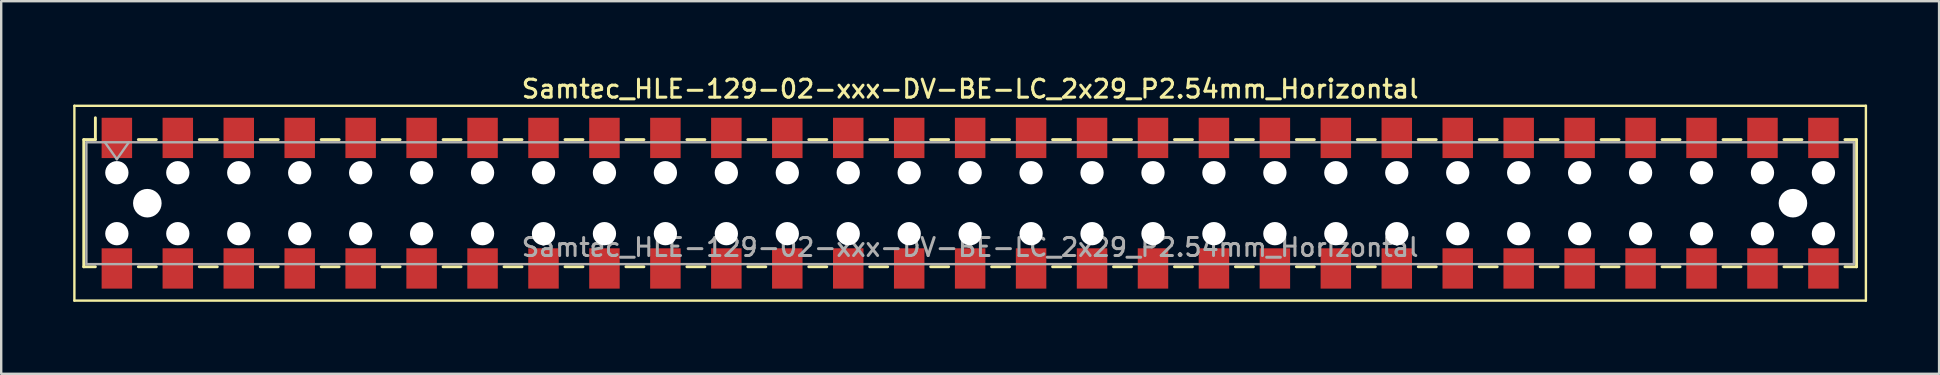
<source format=kicad_pcb>
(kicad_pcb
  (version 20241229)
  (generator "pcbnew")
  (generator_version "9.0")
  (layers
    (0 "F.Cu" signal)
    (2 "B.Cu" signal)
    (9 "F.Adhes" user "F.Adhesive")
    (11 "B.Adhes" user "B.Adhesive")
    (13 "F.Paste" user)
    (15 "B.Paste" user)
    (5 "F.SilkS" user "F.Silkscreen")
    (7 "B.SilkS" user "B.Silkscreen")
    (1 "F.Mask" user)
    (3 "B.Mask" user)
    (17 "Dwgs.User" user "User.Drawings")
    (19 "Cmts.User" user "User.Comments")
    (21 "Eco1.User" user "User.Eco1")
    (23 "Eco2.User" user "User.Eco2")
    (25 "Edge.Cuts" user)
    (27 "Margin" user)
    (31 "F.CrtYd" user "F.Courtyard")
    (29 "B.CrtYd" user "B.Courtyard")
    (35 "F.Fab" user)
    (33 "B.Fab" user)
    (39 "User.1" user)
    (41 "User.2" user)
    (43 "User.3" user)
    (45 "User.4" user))
  (footprint "Samtec_HLE-129-02-xxx-DV-BE-LC_2x29_P2.54mm_Horizontal"
    (layer "F.Cu")
    (at 37.38 5.418)
    (property "Reference" "Samtec_HLE-129-02-xxx-DV-BE-LC_2x29_P2.54mm_Horizontal" (at 0 -4.76 0) (layer "F.SilkS") (effects (font (size 0.75 0.75) (thickness 0.125))))
    (attr smd)
    (fp_line (start -37.33 -4.06) (end 37.33 -4.06) (stroke (width 0.1) (type solid)) (layer "F.SilkS"))
    (fp_line (start -37.33 4.06) (end -37.33 -4.06) (stroke (width 0.1) (type solid)) (layer "F.SilkS"))
    (fp_line (start -36.94 -2.65) (end -36.94 2.65) (stroke (width 0.12) (type solid)) (layer "F.SilkS"))
    (fp_line (start -36.94 2.65) (end -36.455 2.65) (stroke (width 0.12) (type solid)) (layer "F.SilkS"))
    (fp_line (start -36.455 -3.56) (end -36.455 -2.65) (stroke (width 0.12) (type solid)) (layer "F.SilkS"))
    (fp_line (start -36.455 -2.65) (end -36.94 -2.65) (stroke (width 0.12) (type solid)) (layer "F.SilkS"))
    (fp_line (start -34.665 -2.65) (end -33.915 -2.65) (stroke (width 0.12) (type solid)) (layer "F.SilkS"))
    (fp_line (start -34.665 2.65) (end -33.915 2.65) (stroke (width 0.12) (type solid)) (layer "F.SilkS"))
    (fp_line (start -32.125 -2.65) (end -31.375 -2.65) (stroke (width 0.12) (type solid)) (layer "F.SilkS"))
    (fp_line (start -32.125 2.65) (end -31.375 2.65) (stroke (width 0.12) (type solid)) (layer "F.SilkS"))
    (fp_line (start -29.585 -2.65) (end -28.835 -2.65) (stroke (width 0.12) (type solid)) (layer "F.SilkS"))
    (fp_line (start -29.585 2.65) (end -28.835 2.65) (stroke (width 0.12) (type solid)) (layer "F.SilkS"))
    (fp_line (start -27.045 -2.65) (end -26.295 -2.65) (stroke (width 0.12) (type solid)) (layer "F.SilkS"))
    (fp_line (start -27.045 2.65) (end -26.295 2.65) (stroke (width 0.12) (type solid)) (layer "F.SilkS"))
    (fp_line (start -24.505 -2.65) (end -23.755 -2.65) (stroke (width 0.12) (type solid)) (layer "F.SilkS"))
    (fp_line (start -24.505 2.65) (end -23.755 2.65) (stroke (width 0.12) (type solid)) (layer "F.SilkS"))
    (fp_line (start -21.965 -2.65) (end -21.215 -2.65) (stroke (width 0.12) (type solid)) (layer "F.SilkS"))
    (fp_line (start -21.965 2.65) (end -21.215 2.65) (stroke (width 0.12) (type solid)) (layer "F.SilkS"))
    (fp_line (start -19.425 -2.65) (end -18.675 -2.65) (stroke (width 0.12) (type solid)) (layer "F.SilkS"))
    (fp_line (start -19.425 2.65) (end -18.675 2.65) (stroke (width 0.12) (type solid)) (layer "F.SilkS"))
    (fp_line (start -16.885 -2.65) (end -16.135 -2.65) (stroke (width 0.12) (type solid)) (layer "F.SilkS"))
    (fp_line (start -16.885 2.65) (end -16.135 2.65) (stroke (width 0.12) (type solid)) (layer "F.SilkS"))
    (fp_line (start -14.345 -2.65) (end -13.595 -2.65) (stroke (width 0.12) (type solid)) (layer "F.SilkS"))
    (fp_line (start -14.345 2.65) (end -13.595 2.65) (stroke (width 0.12) (type solid)) (layer "F.SilkS"))
    (fp_line (start -11.805 -2.65) (end -11.055 -2.65) (stroke (width 0.12) (type solid)) (layer "F.SilkS"))
    (fp_line (start -11.805 2.65) (end -11.055 2.65) (stroke (width 0.12) (type solid)) (layer "F.SilkS"))
    (fp_line (start -9.265 -2.65) (end -8.515 -2.65) (stroke (width 0.12) (type solid)) (layer "F.SilkS"))
    (fp_line (start -9.265 2.65) (end -8.515 2.65) (stroke (width 0.12) (type solid)) (layer "F.SilkS"))
    (fp_line (start -6.725 -2.65) (end -5.975 -2.65) (stroke (width 0.12) (type solid)) (layer "F.SilkS"))
    (fp_line (start -6.725 2.65) (end -5.975 2.65) (stroke (width 0.12) (type solid)) (layer "F.SilkS"))
    (fp_line (start -4.185 -2.65) (end -3.435 -2.65) (stroke (width 0.12) (type solid)) (layer "F.SilkS"))
    (fp_line (start -4.185 2.65) (end -3.435 2.65) (stroke (width 0.12) (type solid)) (layer "F.SilkS"))
    (fp_line (start -1.645 -2.65) (end -0.895 -2.65) (stroke (width 0.12) (type solid)) (layer "F.SilkS"))
    (fp_line (start -1.645 2.65) (end -0.895 2.65) (stroke (width 0.12) (type solid)) (layer "F.SilkS"))
    (fp_line (start 0.895 -2.65) (end 1.645 -2.65) (stroke (width 0.12) (type solid)) (layer "F.SilkS"))
    (fp_line (start 0.895 2.65) (end 1.645 2.65) (stroke (width 0.12) (type solid)) (layer "F.SilkS"))
    (fp_line (start 3.435 -2.65) (end 4.185 -2.65) (stroke (width 0.12) (type solid)) (layer "F.SilkS"))
    (fp_line (start 3.435 2.65) (end 4.185 2.65) (stroke (width 0.12) (type solid)) (layer "F.SilkS"))
    (fp_line (start 5.975 -2.65) (end 6.725 -2.65) (stroke (width 0.12) (type solid)) (layer "F.SilkS"))
    (fp_line (start 5.975 2.65) (end 6.725 2.65) (stroke (width 0.12) (type solid)) (layer "F.SilkS"))
    (fp_line (start 8.515 -2.65) (end 9.265 -2.65) (stroke (width 0.12) (type solid)) (layer "F.SilkS"))
    (fp_line (start 8.515 2.65) (end 9.265 2.65) (stroke (width 0.12) (type solid)) (layer "F.SilkS"))
    (fp_line (start 11.055 -2.65) (end 11.805 -2.65) (stroke (width 0.12) (type solid)) (layer "F.SilkS"))
    (fp_line (start 11.055 2.65) (end 11.805 2.65) (stroke (width 0.12) (type solid)) (layer "F.SilkS"))
    (fp_line (start 13.595 -2.65) (end 14.345 -2.65) (stroke (width 0.12) (type solid)) (layer "F.SilkS"))
    (fp_line (start 13.595 2.65) (end 14.345 2.65) (stroke (width 0.12) (type solid)) (layer "F.SilkS"))
    (fp_line (start 16.135 -2.65) (end 16.885 -2.65) (stroke (width 0.12) (type solid)) (layer "F.SilkS"))
    (fp_line (start 16.135 2.65) (end 16.885 2.65) (stroke (width 0.12) (type solid)) (layer "F.SilkS"))
    (fp_line (start 18.675 -2.65) (end 19.425 -2.65) (stroke (width 0.12) (type solid)) (layer "F.SilkS"))
    (fp_line (start 18.675 2.65) (end 19.425 2.65) (stroke (width 0.12) (type solid)) (layer "F.SilkS"))
    (fp_line (start 21.215 -2.65) (end 21.965 -2.65) (stroke (width 0.12) (type solid)) (layer "F.SilkS"))
    (fp_line (start 21.215 2.65) (end 21.965 2.65) (stroke (width 0.12) (type solid)) (layer "F.SilkS"))
    (fp_line (start 23.755 -2.65) (end 24.505 -2.65) (stroke (width 0.12) (type solid)) (layer "F.SilkS"))
    (fp_line (start 23.755 2.65) (end 24.505 2.65) (stroke (width 0.12) (type solid)) (layer "F.SilkS"))
    (fp_line (start 26.295 -2.65) (end 27.045 -2.65) (stroke (width 0.12) (type solid)) (layer "F.SilkS"))
    (fp_line (start 26.295 2.65) (end 27.045 2.65) (stroke (width 0.12) (type solid)) (layer "F.SilkS"))
    (fp_line (start 28.835 -2.65) (end 29.585 -2.65) (stroke (width 0.12) (type solid)) (layer "F.SilkS"))
    (fp_line (start 28.835 2.65) (end 29.585 2.65) (stroke (width 0.12) (type solid)) (layer "F.SilkS"))
    (fp_line (start 31.375 -2.65) (end 32.125 -2.65) (stroke (width 0.12) (type solid)) (layer "F.SilkS"))
    (fp_line (start 31.375 2.65) (end 32.125 2.65) (stroke (width 0.12) (type solid)) (layer "F.SilkS"))
    (fp_line (start 33.915 -2.65) (end 34.665 -2.65) (stroke (width 0.12) (type solid)) (layer "F.SilkS"))
    (fp_line (start 33.915 2.65) (end 34.665 2.65) (stroke (width 0.12) (type solid)) (layer "F.SilkS"))
    (fp_line (start 36.455 -2.65) (end 36.94 -2.65) (stroke (width 0.12) (type solid)) (layer "F.SilkS"))
    (fp_line (start 36.94 -2.65) (end 36.94 2.65) (stroke (width 0.12) (type solid)) (layer "F.SilkS"))
    (fp_line (start 36.94 2.65) (end 36.455 2.65) (stroke (width 0.12) (type solid)) (layer "F.SilkS"))
    (fp_line (start 37.33 -4.06) (end 37.33 4.06) (stroke (width 0.1) (type solid)) (layer "F.SilkS"))
    (fp_line (start 37.33 4.06) (end -37.33 4.06) (stroke (width 0.1) (type solid)) (layer "F.SilkS"))
    (fp_line (start -36.83 -2.54) (end 36.83 -2.54) (stroke (width 0.1) (type solid)) (layer "F.Fab"))
    (fp_line (start -36.83 2.54) (end -36.83 -2.54) (stroke (width 0.1) (type solid)) (layer "F.Fab"))
    (fp_line (start -36.06 -2.54) (end -35.56 -1.833) (stroke (width 0.1) (type solid)) (layer "F.Fab"))
    (fp_line (start -35.56 -1.833) (end -35.06 -2.54) (stroke (width 0.1) (type solid)) (layer "F.Fab"))
    (fp_line (start 36.83 -2.54) (end 36.83 2.54) (stroke (width 0.1) (type solid)) (layer "F.Fab"))
    (fp_line (start 36.83 2.54) (end -36.83 2.54) (stroke (width 0.1) (type solid)) (layer "F.Fab"))
    (fp_text user "${REFERENCE}" (at 0 1.84 0) (layer "F.Fab") (effects (font (size 0.75 0.75) (thickness 0.125))))
    (pad "" np_thru_hole circle (at -35.56 -1.27) (size 0.97 0.97) (drill 0.97) (layers "*.Cu" "*.Mask"))
    (pad "" np_thru_hole circle (at -35.56 1.27) (size 0.97 0.97) (drill 0.97) (layers "*.Cu" "*.Mask"))
    (pad "" np_thru_hole circle (at -34.29 0) (size 1.19 1.19) (drill 1.19) (layers "*.Cu" "*.Mask"))
    (pad "" np_thru_hole circle (at -33.02 -1.27) (size 0.97 0.97) (drill 0.97) (layers "*.Cu" "*.Mask"))
    (pad "" np_thru_hole circle (at -33.02 1.27) (size 0.97 0.97) (drill 0.97) (layers "*.Cu" "*.Mask"))
    (pad "" np_thru_hole circle (at -30.48 -1.27) (size 0.97 0.97) (drill 0.97) (layers "*.Cu" "*.Mask"))
    (pad "" np_thru_hole circle (at -30.48 1.27) (size 0.97 0.97) (drill 0.97) (layers "*.Cu" "*.Mask"))
    (pad "" np_thru_hole circle (at -27.94 -1.27) (size 0.97 0.97) (drill 0.97) (layers "*.Cu" "*.Mask"))
    (pad "" np_thru_hole circle (at -27.94 1.27) (size 0.97 0.97) (drill 0.97) (layers "*.Cu" "*.Mask"))
    (pad "" np_thru_hole circle (at -25.4 -1.27) (size 0.97 0.97) (drill 0.97) (layers "*.Cu" "*.Mask"))
    (pad "" np_thru_hole circle (at -25.4 1.27) (size 0.97 0.97) (drill 0.97) (layers "*.Cu" "*.Mask"))
    (pad "" np_thru_hole circle (at -22.86 -1.27) (size 0.97 0.97) (drill 0.97) (layers "*.Cu" "*.Mask"))
    (pad "" np_thru_hole circle (at -22.86 1.27) (size 0.97 0.97) (drill 0.97) (layers "*.Cu" "*.Mask"))
    (pad "" np_thru_hole circle (at -20.32 -1.27) (size 0.97 0.97) (drill 0.97) (layers "*.Cu" "*.Mask"))
    (pad "" np_thru_hole circle (at -20.32 1.27) (size 0.97 0.97) (drill 0.97) (layers "*.Cu" "*.Mask"))
    (pad "" np_thru_hole circle (at -17.78 -1.27) (size 0.97 0.97) (drill 0.97) (layers "*.Cu" "*.Mask"))
    (pad "" np_thru_hole circle (at -17.78 1.27) (size 0.97 0.97) (drill 0.97) (layers "*.Cu" "*.Mask"))
    (pad "" np_thru_hole circle (at -15.24 -1.27) (size 0.97 0.97) (drill 0.97) (layers "*.Cu" "*.Mask"))
    (pad "" np_thru_hole circle (at -15.24 1.27) (size 0.97 0.97) (drill 0.97) (layers "*.Cu" "*.Mask"))
    (pad "" np_thru_hole circle (at -12.7 -1.27) (size 0.97 0.97) (drill 0.97) (layers "*.Cu" "*.Mask"))
    (pad "" np_thru_hole circle (at -12.7 1.27) (size 0.97 0.97) (drill 0.97) (layers "*.Cu" "*.Mask"))
    (pad "" np_thru_hole circle (at -10.16 -1.27) (size 0.97 0.97) (drill 0.97) (layers "*.Cu" "*.Mask"))
    (pad "" np_thru_hole circle (at -10.16 1.27) (size 0.97 0.97) (drill 0.97) (layers "*.Cu" "*.Mask"))
    (pad "" np_thru_hole circle (at -7.62 -1.27) (size 0.97 0.97) (drill 0.97) (layers "*.Cu" "*.Mask"))
    (pad "" np_thru_hole circle (at -7.62 1.27) (size 0.97 0.97) (drill 0.97) (layers "*.Cu" "*.Mask"))
    (pad "" np_thru_hole circle (at -5.08 -1.27) (size 0.97 0.97) (drill 0.97) (layers "*.Cu" "*.Mask"))
    (pad "" np_thru_hole circle (at -5.08 1.27) (size 0.97 0.97) (drill 0.97) (layers "*.Cu" "*.Mask"))
    (pad "" np_thru_hole circle (at -2.54 -1.27) (size 0.97 0.97) (drill 0.97) (layers "*.Cu" "*.Mask"))
    (pad "" np_thru_hole circle (at -2.54 1.27) (size 0.97 0.97) (drill 0.97) (layers "*.Cu" "*.Mask"))
    (pad "" np_thru_hole circle (at 0 -1.27) (size 0.97 0.97) (drill 0.97) (layers "*.Cu" "*.Mask"))
    (pad "" np_thru_hole circle (at 0 1.27) (size 0.97 0.97) (drill 0.97) (layers "*.Cu" "*.Mask"))
    (pad "" np_thru_hole circle (at 2.54 -1.27) (size 0.97 0.97) (drill 0.97) (layers "*.Cu" "*.Mask"))
    (pad "" np_thru_hole circle (at 2.54 1.27) (size 0.97 0.97) (drill 0.97) (layers "*.Cu" "*.Mask"))
    (pad "" np_thru_hole circle (at 5.08 -1.27) (size 0.97 0.97) (drill 0.97) (layers "*.Cu" "*.Mask"))
    (pad "" np_thru_hole circle (at 5.08 1.27) (size 0.97 0.97) (drill 0.97) (layers "*.Cu" "*.Mask"))
    (pad "" np_thru_hole circle (at 7.62 -1.27) (size 0.97 0.97) (drill 0.97) (layers "*.Cu" "*.Mask"))
    (pad "" np_thru_hole circle (at 7.62 1.27) (size 0.97 0.97) (drill 0.97) (layers "*.Cu" "*.Mask"))
    (pad "" np_thru_hole circle (at 10.16 -1.27) (size 0.97 0.97) (drill 0.97) (layers "*.Cu" "*.Mask"))
    (pad "" np_thru_hole circle (at 10.16 1.27) (size 0.97 0.97) (drill 0.97) (layers "*.Cu" "*.Mask"))
    (pad "" np_thru_hole circle (at 12.7 -1.27) (size 0.97 0.97) (drill 0.97) (layers "*.Cu" "*.Mask"))
    (pad "" np_thru_hole circle (at 12.7 1.27) (size 0.97 0.97) (drill 0.97) (layers "*.Cu" "*.Mask"))
    (pad "" np_thru_hole circle (at 15.24 -1.27) (size 0.97 0.97) (drill 0.97) (layers "*.Cu" "*.Mask"))
    (pad "" np_thru_hole circle (at 15.24 1.27) (size 0.97 0.97) (drill 0.97) (layers "*.Cu" "*.Mask"))
    (pad "" np_thru_hole circle (at 17.78 -1.27) (size 0.97 0.97) (drill 0.97) (layers "*.Cu" "*.Mask"))
    (pad "" np_thru_hole circle (at 17.78 1.27) (size 0.97 0.97) (drill 0.97) (layers "*.Cu" "*.Mask"))
    (pad "" np_thru_hole circle (at 20.32 -1.27) (size 0.97 0.97) (drill 0.97) (layers "*.Cu" "*.Mask"))
    (pad "" np_thru_hole circle (at 20.32 1.27) (size 0.97 0.97) (drill 0.97) (layers "*.Cu" "*.Mask"))
    (pad "" np_thru_hole circle (at 22.86 -1.27) (size 0.97 0.97) (drill 0.97) (layers "*.Cu" "*.Mask"))
    (pad "" np_thru_hole circle (at 22.86 1.27) (size 0.97 0.97) (drill 0.97) (layers "*.Cu" "*.Mask"))
    (pad "" np_thru_hole circle (at 25.4 -1.27) (size 0.97 0.97) (drill 0.97) (layers "*.Cu" "*.Mask"))
    (pad "" np_thru_hole circle (at 25.4 1.27) (size 0.97 0.97) (drill 0.97) (layers "*.Cu" "*.Mask"))
    (pad "" np_thru_hole circle (at 27.94 -1.27) (size 0.97 0.97) (drill 0.97) (layers "*.Cu" "*.Mask"))
    (pad "" np_thru_hole circle (at 27.94 1.27) (size 0.97 0.97) (drill 0.97) (layers "*.Cu" "*.Mask"))
    (pad "" np_thru_hole circle (at 30.48 -1.27) (size 0.97 0.97) (drill 0.97) (layers "*.Cu" "*.Mask"))
    (pad "" np_thru_hole circle (at 30.48 1.27) (size 0.97 0.97) (drill 0.97) (layers "*.Cu" "*.Mask"))
    (pad "" np_thru_hole circle (at 33.02 -1.27) (size 0.97 0.97) (drill 0.97) (layers "*.Cu" "*.Mask"))
    (pad "" np_thru_hole circle (at 33.02 1.27) (size 0.97 0.97) (drill 0.97) (layers "*.Cu" "*.Mask"))
    (pad "" np_thru_hole circle (at 34.29 0) (size 1.19 1.19) (drill 1.19) (layers "*.Cu" "*.Mask"))
    (pad "" np_thru_hole circle (at 35.56 -1.27) (size 0.97 0.97) (drill 0.97) (layers "*.Cu" "*.Mask"))
    (pad "" np_thru_hole circle (at 35.56 1.27) (size 0.97 0.97) (drill 0.97) (layers "*.Cu" "*.Mask"))
    (pad "1" smd rect (at -35.56 -2.72) (size 1.27 1.68) (layers "F.Cu" "F.Mask" "F.Paste"))
    (pad "2" smd rect (at -35.56 2.72) (size 1.27 1.68) (layers "F.Cu" "F.Mask" "F.Paste"))
    (pad "3" smd rect (at -33.02 -2.72) (size 1.27 1.68) (layers "F.Cu" "F.Mask" "F.Paste"))
    (pad "4" smd rect (at -33.02 2.72) (size 1.27 1.68) (layers "F.Cu" "F.Mask" "F.Paste"))
    (pad "5" smd rect (at -30.48 -2.72) (size 1.27 1.68) (layers "F.Cu" "F.Mask" "F.Paste"))
    (pad "6" smd rect (at -30.48 2.72) (size 1.27 1.68) (layers "F.Cu" "F.Mask" "F.Paste"))
    (pad "7" smd rect (at -27.94 -2.72) (size 1.27 1.68) (layers "F.Cu" "F.Mask" "F.Paste"))
    (pad "8" smd rect (at -27.94 2.72) (size 1.27 1.68) (layers "F.Cu" "F.Mask" "F.Paste"))
    (pad "9" smd rect (at -25.4 -2.72) (size 1.27 1.68) (layers "F.Cu" "F.Mask" "F.Paste"))
    (pad "10" smd rect (at -25.4 2.72) (size 1.27 1.68) (layers "F.Cu" "F.Mask" "F.Paste"))
    (pad "11" smd rect (at -22.86 -2.72) (size 1.27 1.68) (layers "F.Cu" "F.Mask" "F.Paste"))
    (pad "12" smd rect (at -22.86 2.72) (size 1.27 1.68) (layers "F.Cu" "F.Mask" "F.Paste"))
    (pad "13" smd rect (at -20.32 -2.72) (size 1.27 1.68) (layers "F.Cu" "F.Mask" "F.Paste"))
    (pad "14" smd rect (at -20.32 2.72) (size 1.27 1.68) (layers "F.Cu" "F.Mask" "F.Paste"))
    (pad "15" smd rect (at -17.78 -2.72) (size 1.27 1.68) (layers "F.Cu" "F.Mask" "F.Paste"))
    (pad "16" smd rect (at -17.78 2.72) (size 1.27 1.68) (layers "F.Cu" "F.Mask" "F.Paste"))
    (pad "17" smd rect (at -15.24 -2.72) (size 1.27 1.68) (layers "F.Cu" "F.Mask" "F.Paste"))
    (pad "18" smd rect (at -15.24 2.72) (size 1.27 1.68) (layers "F.Cu" "F.Mask" "F.Paste"))
    (pad "19" smd rect (at -12.7 -2.72) (size 1.27 1.68) (layers "F.Cu" "F.Mask" "F.Paste"))
    (pad "20" smd rect (at -12.7 2.72) (size 1.27 1.68) (layers "F.Cu" "F.Mask" "F.Paste"))
    (pad "21" smd rect (at -10.16 -2.72) (size 1.27 1.68) (layers "F.Cu" "F.Mask" "F.Paste"))
    (pad "22" smd rect (at -10.16 2.72) (size 1.27 1.68) (layers "F.Cu" "F.Mask" "F.Paste"))
    (pad "23" smd rect (at -7.62 -2.72) (size 1.27 1.68) (layers "F.Cu" "F.Mask" "F.Paste"))
    (pad "24" smd rect (at -7.62 2.72) (size 1.27 1.68) (layers "F.Cu" "F.Mask" "F.Paste"))
    (pad "25" smd rect (at -5.08 -2.72) (size 1.27 1.68) (layers "F.Cu" "F.Mask" "F.Paste"))
    (pad "26" smd rect (at -5.08 2.72) (size 1.27 1.68) (layers "F.Cu" "F.Mask" "F.Paste"))
    (pad "27" smd rect (at -2.54 -2.72) (size 1.27 1.68) (layers "F.Cu" "F.Mask" "F.Paste"))
    (pad "28" smd rect (at -2.54 2.72) (size 1.27 1.68) (layers "F.Cu" "F.Mask" "F.Paste"))
    (pad "29" smd rect (at 0 -2.72) (size 1.27 1.68) (layers "F.Cu" "F.Mask" "F.Paste"))
    (pad "30" smd rect (at 0 2.72) (size 1.27 1.68) (layers "F.Cu" "F.Mask" "F.Paste"))
    (pad "31" smd rect (at 2.54 -2.72) (size 1.27 1.68) (layers "F.Cu" "F.Mask" "F.Paste"))
    (pad "32" smd rect (at 2.54 2.72) (size 1.27 1.68) (layers "F.Cu" "F.Mask" "F.Paste"))
    (pad "33" smd rect (at 5.08 -2.72) (size 1.27 1.68) (layers "F.Cu" "F.Mask" "F.Paste"))
    (pad "34" smd rect (at 5.08 2.72) (size 1.27 1.68) (layers "F.Cu" "F.Mask" "F.Paste"))
    (pad "35" smd rect (at 7.62 -2.72) (size 1.27 1.68) (layers "F.Cu" "F.Mask" "F.Paste"))
    (pad "36" smd rect (at 7.62 2.72) (size 1.27 1.68) (layers "F.Cu" "F.Mask" "F.Paste"))
    (pad "37" smd rect (at 10.16 -2.72) (size 1.27 1.68) (layers "F.Cu" "F.Mask" "F.Paste"))
    (pad "38" smd rect (at 10.16 2.72) (size 1.27 1.68) (layers "F.Cu" "F.Mask" "F.Paste"))
    (pad "39" smd rect (at 12.7 -2.72) (size 1.27 1.68) (layers "F.Cu" "F.Mask" "F.Paste"))
    (pad "40" smd rect (at 12.7 2.72) (size 1.27 1.68) (layers "F.Cu" "F.Mask" "F.Paste"))
    (pad "41" smd rect (at 15.24 -2.72) (size 1.27 1.68) (layers "F.Cu" "F.Mask" "F.Paste"))
    (pad "42" smd rect (at 15.24 2.72) (size 1.27 1.68) (layers "F.Cu" "F.Mask" "F.Paste"))
    (pad "43" smd rect (at 17.78 -2.72) (size 1.27 1.68) (layers "F.Cu" "F.Mask" "F.Paste"))
    (pad "44" smd rect (at 17.78 2.72) (size 1.27 1.68) (layers "F.Cu" "F.Mask" "F.Paste"))
    (pad "45" smd rect (at 20.32 -2.72) (size 1.27 1.68) (layers "F.Cu" "F.Mask" "F.Paste"))
    (pad "46" smd rect (at 20.32 2.72) (size 1.27 1.68) (layers "F.Cu" "F.Mask" "F.Paste"))
    (pad "47" smd rect (at 22.86 -2.72) (size 1.27 1.68) (layers "F.Cu" "F.Mask" "F.Paste"))
    (pad "48" smd rect (at 22.86 2.72) (size 1.27 1.68) (layers "F.Cu" "F.Mask" "F.Paste"))
    (pad "49" smd rect (at 25.4 -2.72) (size 1.27 1.68) (layers "F.Cu" "F.Mask" "F.Paste"))
    (pad "50" smd rect (at 25.4 2.72) (size 1.27 1.68) (layers "F.Cu" "F.Mask" "F.Paste"))
    (pad "51" smd rect (at 27.94 -2.72) (size 1.27 1.68) (layers "F.Cu" "F.Mask" "F.Paste"))
    (pad "52" smd rect (at 27.94 2.72) (size 1.27 1.68) (layers "F.Cu" "F.Mask" "F.Paste"))
    (pad "53" smd rect (at 30.48 -2.72) (size 1.27 1.68) (layers "F.Cu" "F.Mask" "F.Paste"))
    (pad "54" smd rect (at 30.48 2.72) (size 1.27 1.68) (layers "F.Cu" "F.Mask" "F.Paste"))
    (pad "55" smd rect (at 33.02 -2.72) (size 1.27 1.68) (layers "F.Cu" "F.Mask" "F.Paste"))
    (pad "56" smd rect (at 33.02 2.72) (size 1.27 1.68) (layers "F.Cu" "F.Mask" "F.Paste"))
    (pad "57" smd rect (at 35.56 -2.72) (size 1.27 1.68) (layers "F.Cu" "F.Mask" "F.Paste"))
    (pad "58" smd rect (at 35.56 2.72) (size 1.27 1.68) (layers "F.Cu" "F.Mask" "F.Paste")))
  (gr_rect
    (start -3 -3)
    (end 77.76 12.528)
    (stroke (width 0.1) (type default))
    (fill no)
    (layer "Edge.Cuts")))
</source>
